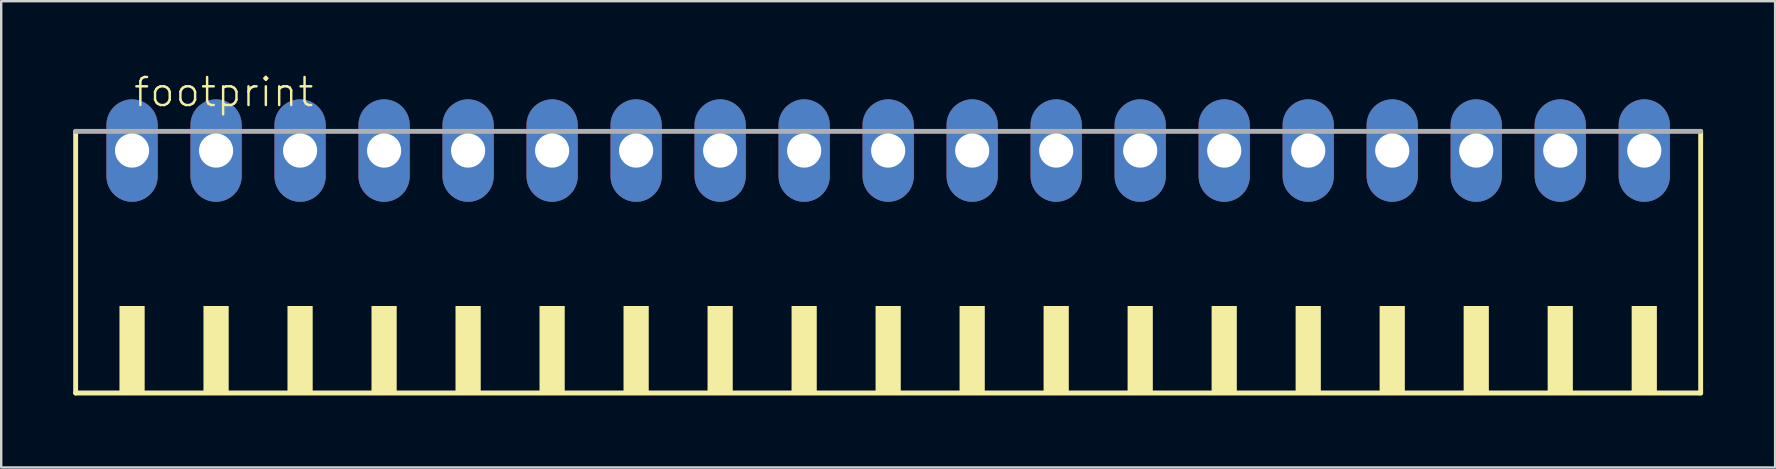
<source format=kicad_pcb>
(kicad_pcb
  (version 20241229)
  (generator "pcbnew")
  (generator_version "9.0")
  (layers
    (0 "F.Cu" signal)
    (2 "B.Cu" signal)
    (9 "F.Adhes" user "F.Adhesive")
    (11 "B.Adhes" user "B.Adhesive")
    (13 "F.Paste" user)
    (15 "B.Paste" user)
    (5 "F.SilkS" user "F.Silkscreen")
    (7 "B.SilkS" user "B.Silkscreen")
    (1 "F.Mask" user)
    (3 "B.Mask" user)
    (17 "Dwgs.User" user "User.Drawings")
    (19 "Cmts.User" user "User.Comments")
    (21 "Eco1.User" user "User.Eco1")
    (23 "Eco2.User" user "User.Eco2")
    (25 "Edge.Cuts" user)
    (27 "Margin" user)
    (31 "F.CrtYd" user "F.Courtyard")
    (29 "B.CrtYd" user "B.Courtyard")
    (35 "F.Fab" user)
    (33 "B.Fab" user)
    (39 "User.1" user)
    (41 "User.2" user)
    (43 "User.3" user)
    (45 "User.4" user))
  (footprint "footprint"
    (layer "F.Cu")
    (at 33.952 8.473)
    (property "Reference" "footprint" (at -31.5 -7 0) (layer "F.SilkS") (effects (font (size 1.168 1.168) (thickness 0.102)) (justify left bottom)))
    (fp_line (start -33.85 -6.05) (end -33.85 4.85) (stroke (width 0.203) (type solid)) (layer "F.SilkS"))
    (fp_line (start -33.85 4.85) (end 33.85 4.85) (stroke (width 0.203) (type solid)) (layer "F.SilkS"))
    (fp_line (start 33.85 4.85) (end 33.85 -6.05) (stroke (width 0.203) (type solid)) (layer "F.SilkS"))
    (fp_poly (pts (xy -32.025 4.9) (xy -30.975 4.9) (xy -30.975 1.225) (xy -32.025 1.225)) (stroke (width 0) (type solid)) (fill yes) (layer "F.SilkS"))
    (fp_poly (pts (xy -28.525 4.9) (xy -27.475 4.9) (xy -27.475 1.225) (xy -28.525 1.225)) (stroke (width 0) (type solid)) (fill yes) (layer "F.SilkS"))
    (fp_poly (pts (xy -25.025 4.9) (xy -23.975 4.9) (xy -23.975 1.225) (xy -25.025 1.225)) (stroke (width 0) (type solid)) (fill yes) (layer "F.SilkS"))
    (fp_poly (pts (xy -21.525 4.9) (xy -20.475 4.9) (xy -20.475 1.225) (xy -21.525 1.225)) (stroke (width 0) (type solid)) (fill yes) (layer "F.SilkS"))
    (fp_poly (pts (xy -18.025 4.9) (xy -16.975 4.9) (xy -16.975 1.225) (xy -18.025 1.225)) (stroke (width 0) (type solid)) (fill yes) (layer "F.SilkS"))
    (fp_poly (pts (xy -14.525 4.9) (xy -13.475 4.9) (xy -13.475 1.225) (xy -14.525 1.225)) (stroke (width 0) (type solid)) (fill yes) (layer "F.SilkS"))
    (fp_poly (pts (xy -11.025 4.9) (xy -9.975 4.9) (xy -9.975 1.225) (xy -11.025 1.225)) (stroke (width 0) (type solid)) (fill yes) (layer "F.SilkS"))
    (fp_poly (pts (xy -7.525 4.9) (xy -6.475 4.9) (xy -6.475 1.225) (xy -7.525 1.225)) (stroke (width 0) (type solid)) (fill yes) (layer "F.SilkS"))
    (fp_poly (pts (xy -4.025 4.9) (xy -2.975 4.9) (xy -2.975 1.225) (xy -4.025 1.225)) (stroke (width 0) (type solid)) (fill yes) (layer "F.SilkS"))
    (fp_poly (pts (xy -0.525 4.9) (xy 0.525 4.9) (xy 0.525 1.225) (xy -0.525 1.225)) (stroke (width 0) (type solid)) (fill yes) (layer "F.SilkS"))
    (fp_poly (pts (xy 2.975 4.9) (xy 4.025 4.9) (xy 4.025 1.225) (xy 2.975 1.225)) (stroke (width 0) (type solid)) (fill yes) (layer "F.SilkS"))
    (fp_poly (pts (xy 6.475 4.9) (xy 7.525 4.9) (xy 7.525 1.225) (xy 6.475 1.225)) (stroke (width 0) (type solid)) (fill yes) (layer "F.SilkS"))
    (fp_poly (pts (xy 9.975 4.9) (xy 11.025 4.9) (xy 11.025 1.225) (xy 9.975 1.225)) (stroke (width 0) (type solid)) (fill yes) (layer "F.SilkS"))
    (fp_poly (pts (xy 13.475 4.9) (xy 14.525 4.9) (xy 14.525 1.225) (xy 13.475 1.225)) (stroke (width 0) (type solid)) (fill yes) (layer "F.SilkS"))
    (fp_poly (pts (xy 16.975 4.9) (xy 18.025 4.9) (xy 18.025 1.225) (xy 16.975 1.225)) (stroke (width 0) (type solid)) (fill yes) (layer "F.SilkS"))
    (fp_poly (pts (xy 20.475 4.9) (xy 21.525 4.9) (xy 21.525 1.225) (xy 20.475 1.225)) (stroke (width 0) (type solid)) (fill yes) (layer "F.SilkS"))
    (fp_poly (pts (xy 23.975 4.9) (xy 25.025 4.9) (xy 25.025 1.225) (xy 23.975 1.225)) (stroke (width 0) (type solid)) (fill yes) (layer "F.SilkS"))
    (fp_poly (pts (xy 27.475 4.9) (xy 28.525 4.9) (xy 28.525 1.225) (xy 27.475 1.225)) (stroke (width 0) (type solid)) (fill yes) (layer "F.SilkS"))
    (fp_poly (pts (xy 30.975 4.9) (xy 32.025 4.9) (xy 32.025 1.225) (xy 30.975 1.225)) (stroke (width 0) (type solid)) (fill yes) (layer "F.SilkS"))
    (fp_line (start 33.85 -6.05) (end -33.85 -6.05) (stroke (width 0.203) (type solid)) (layer "F.Fab"))
    (pad "1" thru_hole oval (at -31.5 -5.25 90) (size 4.267 2.134) (drill 1.422) (layers "*.Cu" "*.Mask"))
    (pad "2" thru_hole oval (at -28 -5.25 90) (size 4.267 2.134) (drill 1.422) (layers "*.Cu" "*.Mask"))
    (pad "3" thru_hole oval (at -24.5 -5.25 90) (size 4.267 2.134) (drill 1.422) (layers "*.Cu" "*.Mask"))
    (pad "4" thru_hole oval (at -21 -5.25 90) (size 4.267 2.134) (drill 1.422) (layers "*.Cu" "*.Mask"))
    (pad "5" thru_hole oval (at -17.5 -5.25 90) (size 4.267 2.134) (drill 1.422) (layers "*.Cu" "*.Mask"))
    (pad "6" thru_hole oval (at -14 -5.25 90) (size 4.267 2.134) (drill 1.422) (layers "*.Cu" "*.Mask"))
    (pad "7" thru_hole oval (at -10.5 -5.25 90) (size 4.267 2.134) (drill 1.422) (layers "*.Cu" "*.Mask"))
    (pad "8" thru_hole oval (at -7 -5.25 90) (size 4.267 2.134) (drill 1.422) (layers "*.Cu" "*.Mask"))
    (pad "9" thru_hole oval (at -3.5 -5.25 90) (size 4.267 2.134) (drill 1.422) (layers "*.Cu" "*.Mask"))
    (pad "10" thru_hole oval (at 0 -5.25 90) (size 4.267 2.134) (drill 1.422) (layers "*.Cu" "*.Mask"))
    (pad "11" thru_hole oval (at 3.5 -5.25 90) (size 4.267 2.134) (drill 1.422) (layers "*.Cu" "*.Mask"))
    (pad "12" thru_hole oval (at 7 -5.25 90) (size 4.267 2.134) (drill 1.422) (layers "*.Cu" "*.Mask"))
    (pad "13" thru_hole oval (at 10.5 -5.25 90) (size 4.267 2.134) (drill 1.422) (layers "*.Cu" "*.Mask"))
    (pad "14" thru_hole oval (at 14 -5.25 90) (size 4.267 2.134) (drill 1.422) (layers "*.Cu" "*.Mask"))
    (pad "15" thru_hole oval (at 17.5 -5.25 90) (size 4.267 2.134) (drill 1.422) (layers "*.Cu" "*.Mask"))
    (pad "16" thru_hole oval (at 21 -5.25 90) (size 4.267 2.134) (drill 1.422) (layers "*.Cu" "*.Mask"))
    (pad "17" thru_hole oval (at 24.5 -5.25 90) (size 4.267 2.134) (drill 1.422) (layers "*.Cu" "*.Mask"))
    (pad "18" thru_hole oval (at 28 -5.25 90) (size 4.267 2.134) (drill 1.422) (layers "*.Cu" "*.Mask"))
    (pad "19" thru_hole oval (at 31.5 -5.25 90) (size 4.267 2.134) (drill 1.422) (layers "*.Cu" "*.Mask")))
  (gr_rect
    (start -3 -3)
    (end 70.903 16.425)
    (stroke (width 0.1) (type default))
    (fill no)
    (layer "Edge.Cuts")))
</source>
